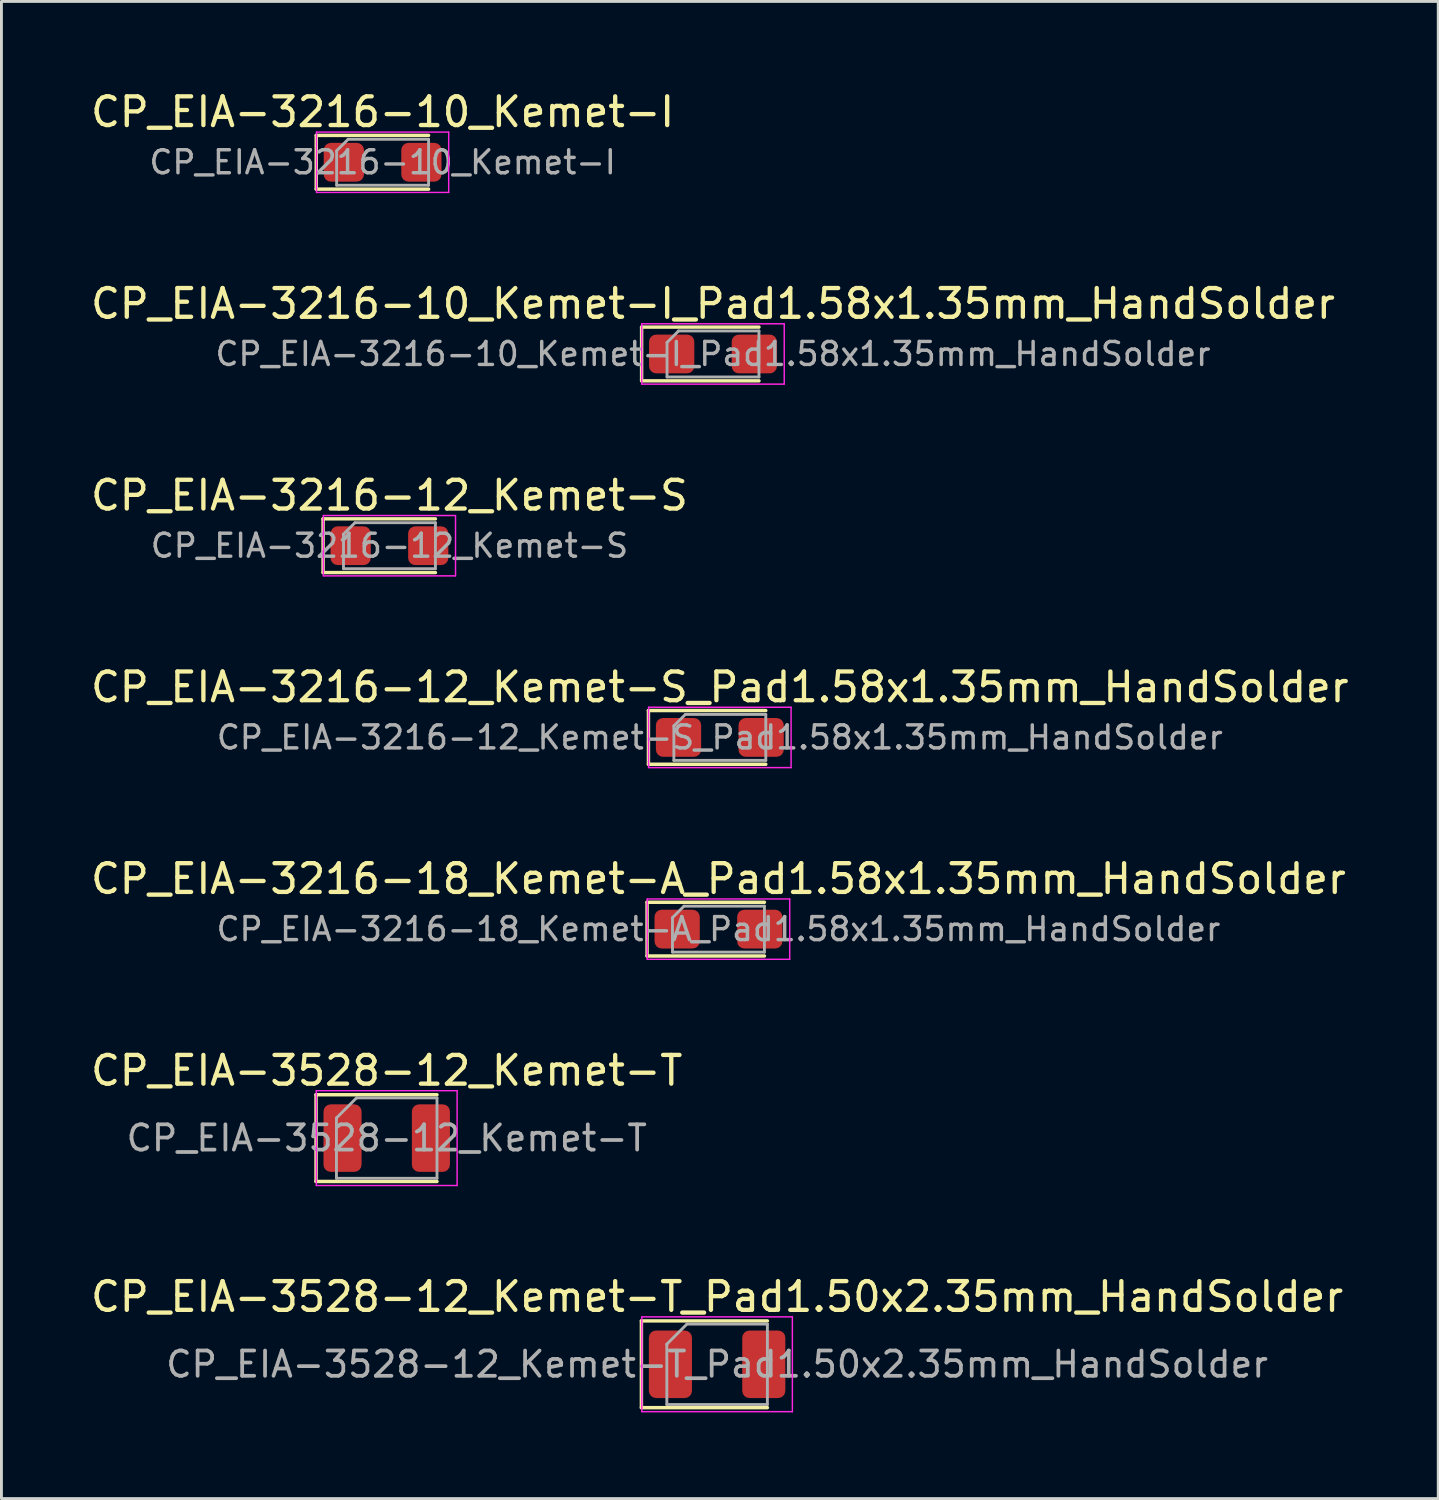
<source format=kicad_pcb>
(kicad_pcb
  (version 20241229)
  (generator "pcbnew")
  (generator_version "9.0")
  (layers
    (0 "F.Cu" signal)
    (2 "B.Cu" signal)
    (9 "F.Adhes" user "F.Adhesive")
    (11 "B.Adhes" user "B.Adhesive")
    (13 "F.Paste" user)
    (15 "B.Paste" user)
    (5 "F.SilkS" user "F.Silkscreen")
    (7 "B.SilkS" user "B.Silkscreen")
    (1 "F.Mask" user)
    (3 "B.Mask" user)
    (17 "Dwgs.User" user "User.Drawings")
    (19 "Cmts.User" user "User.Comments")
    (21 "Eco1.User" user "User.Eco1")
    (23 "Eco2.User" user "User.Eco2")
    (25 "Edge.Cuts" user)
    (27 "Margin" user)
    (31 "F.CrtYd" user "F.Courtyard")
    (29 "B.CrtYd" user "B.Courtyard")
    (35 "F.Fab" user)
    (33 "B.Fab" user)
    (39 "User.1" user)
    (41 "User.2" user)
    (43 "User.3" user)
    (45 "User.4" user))
  (footprint "CP_EIA-3528-12_Kemet-T_Pad1.50x2.35mm_HandSolder"
    (layer "F.Cu")
    (at 21.911 44.438)
    (property "Reference" "CP_EIA-3528-12_Kemet-T_Pad1.50x2.35mm_HandSolder" (at 0 -2.35 0) (layer "F.SilkS") (effects (font (size 1 1) (thickness 0.15))))
    (attr smd)
    (fp_line (start -2.635 -1.51) (end -2.635 1.51) (stroke (width 0.12) (type solid)) (layer "F.SilkS"))
    (fp_line (start -2.635 1.51) (end 1.75 1.51) (stroke (width 0.12) (type solid)) (layer "F.SilkS"))
    (fp_line (start 1.75 -1.51) (end -2.635 -1.51) (stroke (width 0.12) (type solid)) (layer "F.SilkS"))
    (fp_line (start -2.62 -1.65) (end 2.62 -1.65) (stroke (width 0.05) (type solid)) (layer "F.CrtYd"))
    (fp_line (start -2.62 1.65) (end -2.62 -1.65) (stroke (width 0.05) (type solid)) (layer "F.CrtYd"))
    (fp_line (start 2.62 -1.65) (end 2.62 1.65) (stroke (width 0.05) (type solid)) (layer "F.CrtYd"))
    (fp_line (start 2.62 1.65) (end -2.62 1.65) (stroke (width 0.05) (type solid)) (layer "F.CrtYd"))
    (fp_line (start -1.75 -0.7) (end -1.75 1.4) (stroke (width 0.1) (type solid)) (layer "F.Fab"))
    (fp_line (start -1.75 1.4) (end 1.75 1.4) (stroke (width 0.1) (type solid)) (layer "F.Fab"))
    (fp_line (start -1.05 -1.4) (end -1.75 -0.7) (stroke (width 0.1) (type solid)) (layer "F.Fab"))
    (fp_line (start 1.75 -1.4) (end -1.05 -1.4) (stroke (width 0.1) (type solid)) (layer "F.Fab"))
    (fp_line (start 1.75 1.4) (end 1.75 -1.4) (stroke (width 0.1) (type solid)) (layer "F.Fab"))
    (fp_text user "${REFERENCE}" (at 0 0 0) (layer "F.Fab") (effects (font (size 0.88 0.88) (thickness 0.13))))
    (pad "1" smd roundrect (at -1.625 0) (size 1.5 2.35) (layers "F.Cu" "F.Mask" "F.Paste") (roundrect_rratio 0.167))
    (pad "2" smd roundrect (at 1.625 0) (size 1.5 2.35) (layers "F.Cu" "F.Mask" "F.Paste") (roundrect_rratio 0.167)))
  (footprint "CP_EIA-3216-10_Kemet-I"
    (layer "F.Cu")
    (at 10.268 2.598)
    (property "Reference" "CP_EIA-3216-10_Kemet-I" (at 0 -1.75 0) (layer "F.SilkS") (effects (font (size 1 1) (thickness 0.15))))
    (attr smd)
    (fp_line (start -2.31 -0.935) (end -2.31 0.935) (stroke (width 0.12) (type solid)) (layer "F.SilkS"))
    (fp_line (start -2.31 0.935) (end 1.6 0.935) (stroke (width 0.12) (type solid)) (layer "F.SilkS"))
    (fp_line (start 1.6 -0.935) (end -2.31 -0.935) (stroke (width 0.12) (type solid)) (layer "F.SilkS"))
    (fp_line (start -2.3 -1.05) (end 2.3 -1.05) (stroke (width 0.05) (type solid)) (layer "F.CrtYd"))
    (fp_line (start -2.3 1.05) (end -2.3 -1.05) (stroke (width 0.05) (type solid)) (layer "F.CrtYd"))
    (fp_line (start 2.3 -1.05) (end 2.3 1.05) (stroke (width 0.05) (type solid)) (layer "F.CrtYd"))
    (fp_line (start 2.3 1.05) (end -2.3 1.05) (stroke (width 0.05) (type solid)) (layer "F.CrtYd"))
    (fp_line (start -1.6 -0.4) (end -1.6 0.8) (stroke (width 0.1) (type solid)) (layer "F.Fab"))
    (fp_line (start -1.6 0.8) (end 1.6 0.8) (stroke (width 0.1) (type solid)) (layer "F.Fab"))
    (fp_line (start -1.2 -0.8) (end -1.6 -0.4) (stroke (width 0.1) (type solid)) (layer "F.Fab"))
    (fp_line (start 1.6 -0.8) (end -1.2 -0.8) (stroke (width 0.1) (type solid)) (layer "F.Fab"))
    (fp_line (start 1.6 0.8) (end 1.6 -0.8) (stroke (width 0.1) (type solid)) (layer "F.Fab"))
    (fp_text user "${REFERENCE}" (at 0 0 0) (layer "F.Fab") (effects (font (size 0.8 0.8) (thickness 0.12))))
    (pad "1" smd roundrect (at -1.35 0) (size 1.4 1.35) (layers "F.Cu" "F.Mask" "F.Paste") (roundrect_rratio 0.185))
    (pad "2" smd roundrect (at 1.35 0) (size 1.4 1.35) (layers "F.Cu" "F.Mask" "F.Paste") (roundrect_rratio 0.185)))
  (footprint "CP_EIA-3216-18_Kemet-A_Pad1.58x1.35mm_HandSolder"
    (layer "F.Cu")
    (at 21.958 29.291)
    (property "Reference" "CP_EIA-3216-18_Kemet-A_Pad1.58x1.35mm_HandSolder" (at 0 -1.75 0) (layer "F.SilkS") (effects (font (size 1 1) (thickness 0.15))))
    (attr smd)
    (fp_line (start -2.485 -0.935) (end -2.485 0.935) (stroke (width 0.12) (type solid)) (layer "F.SilkS"))
    (fp_line (start -2.485 0.935) (end 1.6 0.935) (stroke (width 0.12) (type solid)) (layer "F.SilkS"))
    (fp_line (start 1.6 -0.935) (end -2.485 -0.935) (stroke (width 0.12) (type solid)) (layer "F.SilkS"))
    (fp_line (start -2.48 -1.05) (end 2.48 -1.05) (stroke (width 0.05) (type solid)) (layer "F.CrtYd"))
    (fp_line (start -2.48 1.05) (end -2.48 -1.05) (stroke (width 0.05) (type solid)) (layer "F.CrtYd"))
    (fp_line (start 2.48 -1.05) (end 2.48 1.05) (stroke (width 0.05) (type solid)) (layer "F.CrtYd"))
    (fp_line (start 2.48 1.05) (end -2.48 1.05) (stroke (width 0.05) (type solid)) (layer "F.CrtYd"))
    (fp_line (start -1.6 -0.4) (end -1.6 0.8) (stroke (width 0.1) (type solid)) (layer "F.Fab"))
    (fp_line (start -1.6 0.8) (end 1.6 0.8) (stroke (width 0.1) (type solid)) (layer "F.Fab"))
    (fp_line (start -1.2 -0.8) (end -1.6 -0.4) (stroke (width 0.1) (type solid)) (layer "F.Fab"))
    (fp_line (start 1.6 -0.8) (end -1.2 -0.8) (stroke (width 0.1) (type solid)) (layer "F.Fab"))
    (fp_line (start 1.6 0.8) (end 1.6 -0.8) (stroke (width 0.1) (type solid)) (layer "F.Fab"))
    (fp_text user "${REFERENCE}" (at 0 0 0) (layer "F.Fab") (effects (font (size 0.8 0.8) (thickness 0.12))))
    (pad "1" smd roundrect (at -1.438 0) (size 1.575 1.35) (layers "F.Cu" "F.Mask" "F.Paste") (roundrect_rratio 0.185))
    (pad "2" smd roundrect (at 1.438 0) (size 1.575 1.35) (layers "F.Cu" "F.Mask" "F.Paste") (roundrect_rratio 0.185)))
  (footprint "CP_EIA-3216-12_Kemet-S"
    (layer "F.Cu")
    (at 10.506 15.945)
    (property "Reference" "CP_EIA-3216-12_Kemet-S" (at 0 -1.75 0) (layer "F.SilkS") (effects (font (size 1 1) (thickness 0.15))))
    (attr smd)
    (fp_line (start -2.31 -0.935) (end -2.31 0.935) (stroke (width 0.12) (type solid)) (layer "F.SilkS"))
    (fp_line (start -2.31 0.935) (end 1.6 0.935) (stroke (width 0.12) (type solid)) (layer "F.SilkS"))
    (fp_line (start 1.6 -0.935) (end -2.31 -0.935) (stroke (width 0.12) (type solid)) (layer "F.SilkS"))
    (fp_line (start -2.3 -1.05) (end 2.3 -1.05) (stroke (width 0.05) (type solid)) (layer "F.CrtYd"))
    (fp_line (start -2.3 1.05) (end -2.3 -1.05) (stroke (width 0.05) (type solid)) (layer "F.CrtYd"))
    (fp_line (start 2.3 -1.05) (end 2.3 1.05) (stroke (width 0.05) (type solid)) (layer "F.CrtYd"))
    (fp_line (start 2.3 1.05) (end -2.3 1.05) (stroke (width 0.05) (type solid)) (layer "F.CrtYd"))
    (fp_line (start -1.6 -0.4) (end -1.6 0.8) (stroke (width 0.1) (type solid)) (layer "F.Fab"))
    (fp_line (start -1.6 0.8) (end 1.6 0.8) (stroke (width 0.1) (type solid)) (layer "F.Fab"))
    (fp_line (start -1.2 -0.8) (end -1.6 -0.4) (stroke (width 0.1) (type solid)) (layer "F.Fab"))
    (fp_line (start 1.6 -0.8) (end -1.2 -0.8) (stroke (width 0.1) (type solid)) (layer "F.Fab"))
    (fp_line (start 1.6 0.8) (end 1.6 -0.8) (stroke (width 0.1) (type solid)) (layer "F.Fab"))
    (fp_text user "${REFERENCE}" (at 0 0 0) (layer "F.Fab") (effects (font (size 0.8 0.8) (thickness 0.12))))
    (pad "1" smd roundrect (at -1.35 0) (size 1.4 1.35) (layers "F.Cu" "F.Mask" "F.Paste") (roundrect_rratio 0.185))
    (pad "2" smd roundrect (at 1.35 0) (size 1.4 1.35) (layers "F.Cu" "F.Mask" "F.Paste") (roundrect_rratio 0.185)))
  (footprint "CP_EIA-3216-12_Kemet-S_Pad1.58x1.35mm_HandSolder"
    (layer "F.Cu")
    (at 22.006 22.618)
    (property "Reference" "CP_EIA-3216-12_Kemet-S_Pad1.58x1.35mm_HandSolder" (at 0 -1.75 0) (layer "F.SilkS") (effects (font (size 1 1) (thickness 0.15))))
    (attr smd)
    (fp_line (start -2.485 -0.935) (end -2.485 0.935) (stroke (width 0.12) (type solid)) (layer "F.SilkS"))
    (fp_line (start -2.485 0.935) (end 1.6 0.935) (stroke (width 0.12) (type solid)) (layer "F.SilkS"))
    (fp_line (start 1.6 -0.935) (end -2.485 -0.935) (stroke (width 0.12) (type solid)) (layer "F.SilkS"))
    (fp_line (start -2.48 -1.05) (end 2.48 -1.05) (stroke (width 0.05) (type solid)) (layer "F.CrtYd"))
    (fp_line (start -2.48 1.05) (end -2.48 -1.05) (stroke (width 0.05) (type solid)) (layer "F.CrtYd"))
    (fp_line (start 2.48 -1.05) (end 2.48 1.05) (stroke (width 0.05) (type solid)) (layer "F.CrtYd"))
    (fp_line (start 2.48 1.05) (end -2.48 1.05) (stroke (width 0.05) (type solid)) (layer "F.CrtYd"))
    (fp_line (start -1.6 -0.4) (end -1.6 0.8) (stroke (width 0.1) (type solid)) (layer "F.Fab"))
    (fp_line (start -1.6 0.8) (end 1.6 0.8) (stroke (width 0.1) (type solid)) (layer "F.Fab"))
    (fp_line (start -1.2 -0.8) (end -1.6 -0.4) (stroke (width 0.1) (type solid)) (layer "F.Fab"))
    (fp_line (start 1.6 -0.8) (end -1.2 -0.8) (stroke (width 0.1) (type solid)) (layer "F.Fab"))
    (fp_line (start 1.6 0.8) (end 1.6 -0.8) (stroke (width 0.1) (type solid)) (layer "F.Fab"))
    (fp_text user "${REFERENCE}" (at 0 0 0) (layer "F.Fab") (effects (font (size 0.8 0.8) (thickness 0.12))))
    (pad "1" smd roundrect (at -1.438 0) (size 1.575 1.35) (layers "F.Cu" "F.Mask" "F.Paste") (roundrect_rratio 0.185))
    (pad "2" smd roundrect (at 1.438 0) (size 1.575 1.35) (layers "F.Cu" "F.Mask" "F.Paste") (roundrect_rratio 0.185)))
  (footprint "CP_EIA-3528-12_Kemet-T"
    (layer "F.Cu")
    (at 10.411 36.565)
    (property "Reference" "CP_EIA-3528-12_Kemet-T" (at 0 -2.35 0) (layer "F.SilkS") (effects (font (size 1 1) (thickness 0.15))))
    (attr smd)
    (fp_line (start -2.46 -1.51) (end -2.46 1.51) (stroke (width 0.12) (type solid)) (layer "F.SilkS"))
    (fp_line (start -2.46 1.51) (end 1.75 1.51) (stroke (width 0.12) (type solid)) (layer "F.SilkS"))
    (fp_line (start 1.75 -1.51) (end -2.46 -1.51) (stroke (width 0.12) (type solid)) (layer "F.SilkS"))
    (fp_line (start -2.45 -1.65) (end 2.45 -1.65) (stroke (width 0.05) (type solid)) (layer "F.CrtYd"))
    (fp_line (start -2.45 1.65) (end -2.45 -1.65) (stroke (width 0.05) (type solid)) (layer "F.CrtYd"))
    (fp_line (start 2.45 -1.65) (end 2.45 1.65) (stroke (width 0.05) (type solid)) (layer "F.CrtYd"))
    (fp_line (start 2.45 1.65) (end -2.45 1.65) (stroke (width 0.05) (type solid)) (layer "F.CrtYd"))
    (fp_line (start -1.75 -0.7) (end -1.75 1.4) (stroke (width 0.1) (type solid)) (layer "F.Fab"))
    (fp_line (start -1.75 1.4) (end 1.75 1.4) (stroke (width 0.1) (type solid)) (layer "F.Fab"))
    (fp_line (start -1.05 -1.4) (end -1.75 -0.7) (stroke (width 0.1) (type solid)) (layer "F.Fab"))
    (fp_line (start 1.75 -1.4) (end -1.05 -1.4) (stroke (width 0.1) (type solid)) (layer "F.Fab"))
    (fp_line (start 1.75 1.4) (end 1.75 -1.4) (stroke (width 0.1) (type solid)) (layer "F.Fab"))
    (fp_text user "${REFERENCE}" (at 0 0 0) (layer "F.Fab") (effects (font (size 0.88 0.88) (thickness 0.13))))
    (pad "1" smd roundrect (at -1.538 0) (size 1.325 2.35) (layers "F.Cu" "F.Mask" "F.Paste") (roundrect_rratio 0.189))
    (pad "2" smd roundrect (at 1.538 0) (size 1.325 2.35) (layers "F.Cu" "F.Mask" "F.Paste") (roundrect_rratio 0.189)))
  (footprint "CP_EIA-3216-10_Kemet-I_Pad1.58x1.35mm_HandSolder"
    (layer "F.Cu")
    (at 21.768 9.271)
    (property "Reference" "CP_EIA-3216-10_Kemet-I_Pad1.58x1.35mm_HandSolder" (at 0 -1.75 0) (layer "F.SilkS") (effects (font (size 1 1) (thickness 0.15))))
    (attr smd)
    (fp_line (start -2.485 -0.935) (end -2.485 0.935) (stroke (width 0.12) (type solid)) (layer "F.SilkS"))
    (fp_line (start -2.485 0.935) (end 1.6 0.935) (stroke (width 0.12) (type solid)) (layer "F.SilkS"))
    (fp_line (start 1.6 -0.935) (end -2.485 -0.935) (stroke (width 0.12) (type solid)) (layer "F.SilkS"))
    (fp_line (start -2.48 -1.05) (end 2.48 -1.05) (stroke (width 0.05) (type solid)) (layer "F.CrtYd"))
    (fp_line (start -2.48 1.05) (end -2.48 -1.05) (stroke (width 0.05) (type solid)) (layer "F.CrtYd"))
    (fp_line (start 2.48 -1.05) (end 2.48 1.05) (stroke (width 0.05) (type solid)) (layer "F.CrtYd"))
    (fp_line (start 2.48 1.05) (end -2.48 1.05) (stroke (width 0.05) (type solid)) (layer "F.CrtYd"))
    (fp_line (start -1.6 -0.4) (end -1.6 0.8) (stroke (width 0.1) (type solid)) (layer "F.Fab"))
    (fp_line (start -1.6 0.8) (end 1.6 0.8) (stroke (width 0.1) (type solid)) (layer "F.Fab"))
    (fp_line (start -1.2 -0.8) (end -1.6 -0.4) (stroke (width 0.1) (type solid)) (layer "F.Fab"))
    (fp_line (start 1.6 -0.8) (end -1.2 -0.8) (stroke (width 0.1) (type solid)) (layer "F.Fab"))
    (fp_line (start 1.6 0.8) (end 1.6 -0.8) (stroke (width 0.1) (type solid)) (layer "F.Fab"))
    (fp_text user "${REFERENCE}" (at 0 0 0) (layer "F.Fab") (effects (font (size 0.8 0.8) (thickness 0.12))))
    (pad "1" smd roundrect (at -1.438 0) (size 1.575 1.35) (layers "F.Cu" "F.Mask" "F.Paste") (roundrect_rratio 0.185))
    (pad "2" smd roundrect (at 1.438 0) (size 1.575 1.35) (layers "F.Cu" "F.Mask" "F.Paste") (roundrect_rratio 0.185)))
  (gr_rect
    (start -3 -3)
    (end 47.012 49.113)
    (stroke (width 0.1) (type default))
    (fill no)
    (layer "Edge.Cuts")))
</source>
